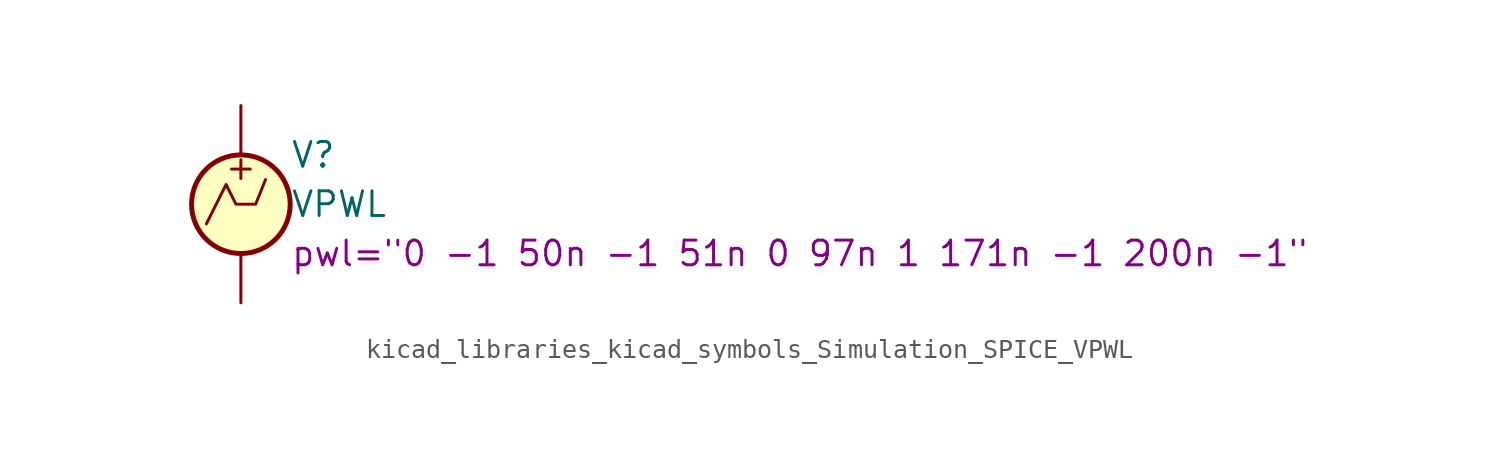
<source format=kicad_sym>
(kicad_symbol_lib
  (version 20220914)
  (generator kicad_symbol_editor)
  (symbol "kicad_libraries_kicad_symbols_Simulation_SPICE_VPWL"
    (pin_numbers hide)
    (pin_names
      (offset 0.025))
    (property "Reference" "V"
      (at 2.54 2.54 0)
      (effects (font (size 1.27 1.27)) (justify left)))
    (property "Value" "VPWL"
      (at 2.54 0 0)
      (effects (font (size 1.27 1.27)) (justify left)))
    (property "Sim.Params" "pwl=\"0 -1 50n -1 51n 0 97n 1 171n -1 200n -1\""
      (at 2.54 -2.54 0)
      (effects (font (size 1.27 1.27)) (justify left)))
    (symbol "kicad_libraries_kicad_symbols_Simulation_SPICE_VPWL_0_0"
      (polyline (pts (xy -1.778 -1.016) (xy -0.762 1.016) (xy -0.254 0) (xy 0.762 0) (xy 1.27 1.27)) (stroke (width 0) (type default)) (fill (type none)))
      (text "+" (at 0 1.905 0) (effects (font (size 1.27 1.27)))))
    (symbol "kicad_libraries_kicad_symbols_Simulation_SPICE_VPWL_0_1"
      (circle (center 0 0) (radius 2.54) (stroke (width 0.254) (type default)) (fill (type background))))
    (symbol "kicad_libraries_kicad_symbols_Simulation_SPICE_VPWL_1_1"
      (pin passive line (at 0 5.08 270) (length 2.54) (name "~" (effects (font (size 1.27 1.27)))) (number "1" (effects (font (size 1.27 1.27)))))
      (pin passive line (at 0 -5.08 90) (length 2.54) (name "~" (effects (font (size 1.27 1.27)))) (number "2" (effects (font (size 1.27 1.27))))))))
</source>
